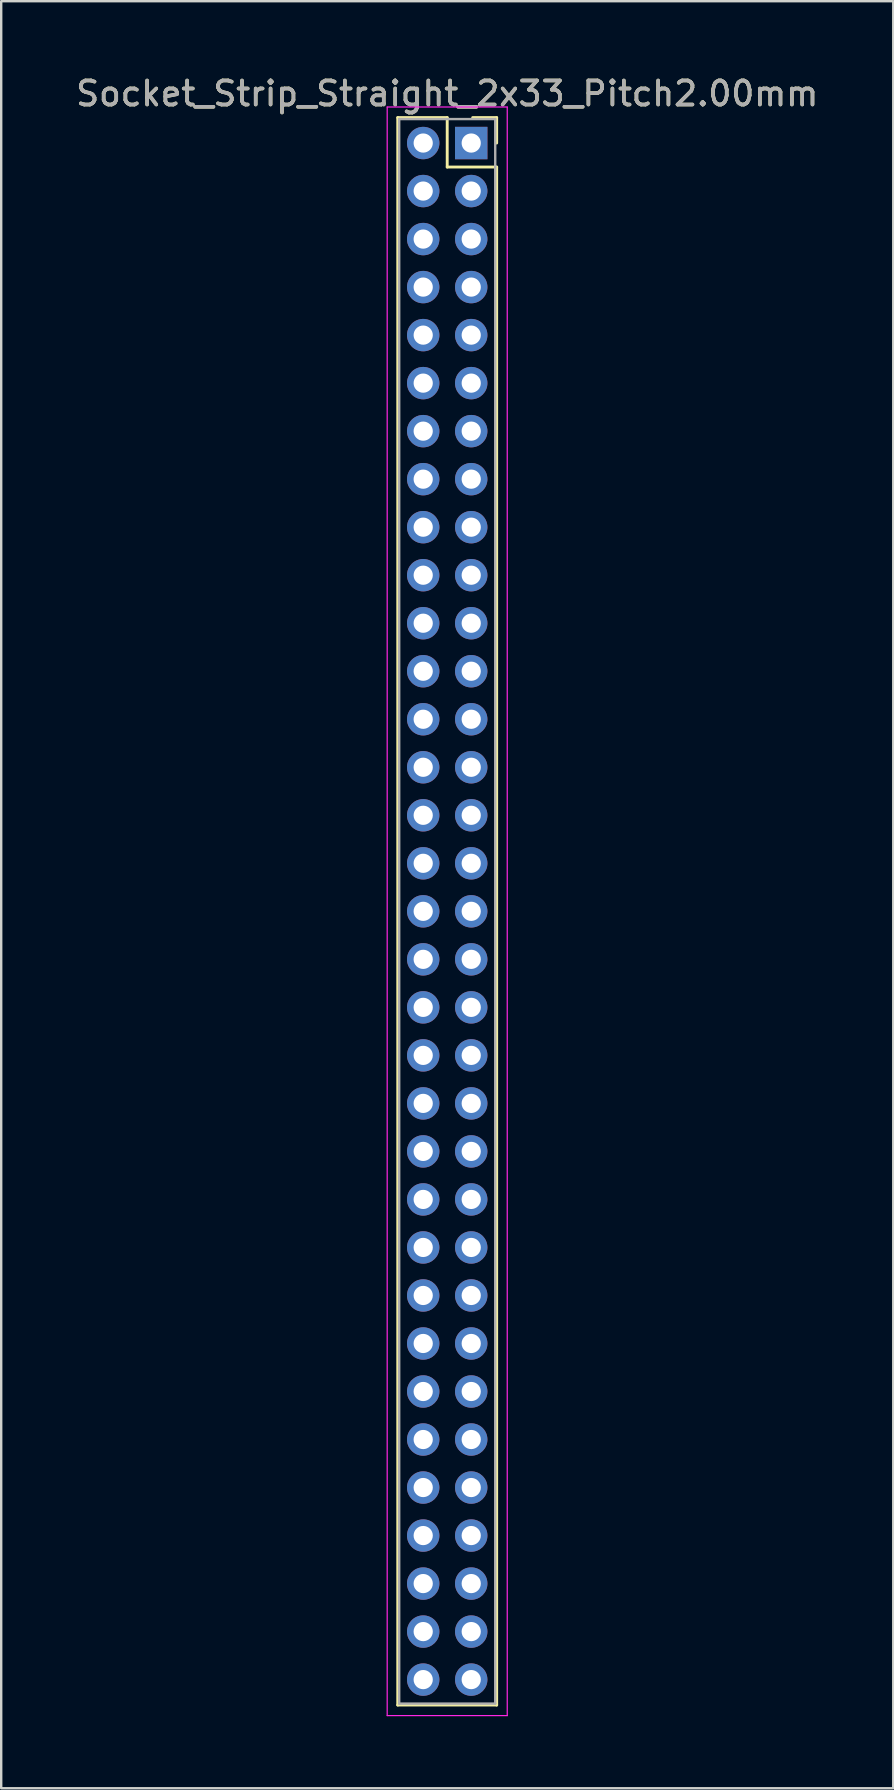
<source format=kicad_pcb>
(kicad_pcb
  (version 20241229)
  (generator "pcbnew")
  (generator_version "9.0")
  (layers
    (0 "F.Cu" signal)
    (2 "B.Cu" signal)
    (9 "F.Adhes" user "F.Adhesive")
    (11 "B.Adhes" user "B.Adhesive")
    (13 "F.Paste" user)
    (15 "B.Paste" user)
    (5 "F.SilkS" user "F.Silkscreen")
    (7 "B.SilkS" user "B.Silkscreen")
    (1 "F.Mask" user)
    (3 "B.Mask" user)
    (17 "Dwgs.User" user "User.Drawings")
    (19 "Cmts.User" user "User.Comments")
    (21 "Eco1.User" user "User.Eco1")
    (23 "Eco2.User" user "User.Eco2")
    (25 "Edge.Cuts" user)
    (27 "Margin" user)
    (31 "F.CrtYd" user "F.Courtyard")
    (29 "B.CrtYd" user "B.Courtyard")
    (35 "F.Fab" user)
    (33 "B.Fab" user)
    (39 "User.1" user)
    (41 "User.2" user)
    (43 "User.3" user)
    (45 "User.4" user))
  (footprint "Socket_Strip_Straight_2x33_Pitch2.00mm"
    (layer "F.Cu")
    (at 16.577 2.908)
    (property "Reference" "Socket_Strip_Straight_2x33_Pitch2.00mm" (at -1 -2.06 0) (layer "F.SilkS") (effects (font (size 1 1) (thickness 0.15))))
    (attr through_hole)
    (fp_line (start -3.06 -1.06) (end -1 -1.06) (stroke (width 0.12) (type solid)) (layer "F.SilkS"))
    (fp_line (start -3.06 65.06) (end -3.06 -1.06) (stroke (width 0.12) (type solid)) (layer "F.SilkS"))
    (fp_line (start -1 -1.06) (end -1 1) (stroke (width 0.12) (type solid)) (layer "F.SilkS"))
    (fp_line (start -1 1) (end 1.06 1) (stroke (width 0.12) (type solid)) (layer "F.SilkS"))
    (fp_line (start 1.06 -1.06) (end 0.06 -1.06) (stroke (width 0.12) (type solid)) (layer "F.SilkS"))
    (fp_line (start 1.06 0) (end 1.06 -1.06) (stroke (width 0.12) (type solid)) (layer "F.SilkS"))
    (fp_line (start 1.06 1) (end 1.06 65.06) (stroke (width 0.12) (type solid)) (layer "F.SilkS"))
    (fp_line (start 1.06 65.06) (end -3.06 65.06) (stroke (width 0.12) (type solid)) (layer "F.SilkS"))
    (fp_line (start -3.5 -1.5) (end -3.5 65.5) (stroke (width 0.05) (type solid)) (layer "F.CrtYd"))
    (fp_line (start -3.5 65.5) (end 1.5 65.5) (stroke (width 0.05) (type solid)) (layer "F.CrtYd"))
    (fp_line (start 1.5 -1.5) (end -3.5 -1.5) (stroke (width 0.05) (type solid)) (layer "F.CrtYd"))
    (fp_line (start 1.5 65.5) (end 1.5 -1.5) (stroke (width 0.05) (type solid)) (layer "F.CrtYd"))
    (fp_line (start -3 -1) (end -3 65) (stroke (width 0.1) (type solid)) (layer "F.Fab"))
    (fp_line (start -3 65) (end 1 65) (stroke (width 0.1) (type solid)) (layer "F.Fab"))
    (fp_line (start 1 -1) (end -3 -1) (stroke (width 0.1) (type solid)) (layer "F.Fab"))
    (fp_line (start 1 65) (end 1 -1) (stroke (width 0.1) (type solid)) (layer "F.Fab"))
    (fp_text user "${REFERENCE}" (at -1 -2.06 0) (layer "F.Fab") (effects (font (size 1 1) (thickness 0.15))))
    (pad "1" thru_hole rect (at 0 0) (size 1.35 1.35) (drill 0.8) (layers "*.Cu" "*.Mask"))
    (pad "2" thru_hole oval (at -2 0) (size 1.35 1.35) (drill 0.8) (layers "*.Cu" "*.Mask"))
    (pad "3" thru_hole oval (at 0 2) (size 1.35 1.35) (drill 0.8) (layers "*.Cu" "*.Mask"))
    (pad "4" thru_hole oval (at -2 2) (size 1.35 1.35) (drill 0.8) (layers "*.Cu" "*.Mask"))
    (pad "5" thru_hole oval (at 0 4) (size 1.35 1.35) (drill 0.8) (layers "*.Cu" "*.Mask"))
    (pad "6" thru_hole oval (at -2 4) (size 1.35 1.35) (drill 0.8) (layers "*.Cu" "*.Mask"))
    (pad "7" thru_hole oval (at 0 6) (size 1.35 1.35) (drill 0.8) (layers "*.Cu" "*.Mask"))
    (pad "8" thru_hole oval (at -2 6) (size 1.35 1.35) (drill 0.8) (layers "*.Cu" "*.Mask"))
    (pad "9" thru_hole oval (at 0 8) (size 1.35 1.35) (drill 0.8) (layers "*.Cu" "*.Mask"))
    (pad "10" thru_hole oval (at -2 8) (size 1.35 1.35) (drill 0.8) (layers "*.Cu" "*.Mask"))
    (pad "11" thru_hole oval (at 0 10) (size 1.35 1.35) (drill 0.8) (layers "*.Cu" "*.Mask"))
    (pad "12" thru_hole oval (at -2 10) (size 1.35 1.35) (drill 0.8) (layers "*.Cu" "*.Mask"))
    (pad "13" thru_hole oval (at 0 12) (size 1.35 1.35) (drill 0.8) (layers "*.Cu" "*.Mask"))
    (pad "14" thru_hole oval (at -2 12) (size 1.35 1.35) (drill 0.8) (layers "*.Cu" "*.Mask"))
    (pad "15" thru_hole oval (at 0 14) (size 1.35 1.35) (drill 0.8) (layers "*.Cu" "*.Mask"))
    (pad "16" thru_hole oval (at -2 14) (size 1.35 1.35) (drill 0.8) (layers "*.Cu" "*.Mask"))
    (pad "17" thru_hole oval (at 0 16) (size 1.35 1.35) (drill 0.8) (layers "*.Cu" "*.Mask"))
    (pad "18" thru_hole oval (at -2 16) (size 1.35 1.35) (drill 0.8) (layers "*.Cu" "*.Mask"))
    (pad "19" thru_hole oval (at 0 18) (size 1.35 1.35) (drill 0.8) (layers "*.Cu" "*.Mask"))
    (pad "20" thru_hole oval (at -2 18) (size 1.35 1.35) (drill 0.8) (layers "*.Cu" "*.Mask"))
    (pad "21" thru_hole oval (at 0 20) (size 1.35 1.35) (drill 0.8) (layers "*.Cu" "*.Mask"))
    (pad "22" thru_hole oval (at -2 20) (size 1.35 1.35) (drill 0.8) (layers "*.Cu" "*.Mask"))
    (pad "23" thru_hole oval (at 0 22) (size 1.35 1.35) (drill 0.8) (layers "*.Cu" "*.Mask"))
    (pad "24" thru_hole oval (at -2 22) (size 1.35 1.35) (drill 0.8) (layers "*.Cu" "*.Mask"))
    (pad "25" thru_hole oval (at 0 24) (size 1.35 1.35) (drill 0.8) (layers "*.Cu" "*.Mask"))
    (pad "26" thru_hole oval (at -2 24) (size 1.35 1.35) (drill 0.8) (layers "*.Cu" "*.Mask"))
    (pad "27" thru_hole oval (at 0 26) (size 1.35 1.35) (drill 0.8) (layers "*.Cu" "*.Mask"))
    (pad "28" thru_hole oval (at -2 26) (size 1.35 1.35) (drill 0.8) (layers "*.Cu" "*.Mask"))
    (pad "29" thru_hole oval (at 0 28) (size 1.35 1.35) (drill 0.8) (layers "*.Cu" "*.Mask"))
    (pad "30" thru_hole oval (at -2 28) (size 1.35 1.35) (drill 0.8) (layers "*.Cu" "*.Mask"))
    (pad "31" thru_hole oval (at 0 30) (size 1.35 1.35) (drill 0.8) (layers "*.Cu" "*.Mask"))
    (pad "32" thru_hole oval (at -2 30) (size 1.35 1.35) (drill 0.8) (layers "*.Cu" "*.Mask"))
    (pad "33" thru_hole oval (at 0 32) (size 1.35 1.35) (drill 0.8) (layers "*.Cu" "*.Mask"))
    (pad "34" thru_hole oval (at -2 32) (size 1.35 1.35) (drill 0.8) (layers "*.Cu" "*.Mask"))
    (pad "35" thru_hole oval (at 0 34) (size 1.35 1.35) (drill 0.8) (layers "*.Cu" "*.Mask"))
    (pad "36" thru_hole oval (at -2 34) (size 1.35 1.35) (drill 0.8) (layers "*.Cu" "*.Mask"))
    (pad "37" thru_hole oval (at 0 36) (size 1.35 1.35) (drill 0.8) (layers "*.Cu" "*.Mask"))
    (pad "38" thru_hole oval (at -2 36) (size 1.35 1.35) (drill 0.8) (layers "*.Cu" "*.Mask"))
    (pad "39" thru_hole oval (at 0 38) (size 1.35 1.35) (drill 0.8) (layers "*.Cu" "*.Mask"))
    (pad "40" thru_hole oval (at -2 38) (size 1.35 1.35) (drill 0.8) (layers "*.Cu" "*.Mask"))
    (pad "41" thru_hole oval (at 0 40) (size 1.35 1.35) (drill 0.8) (layers "*.Cu" "*.Mask"))
    (pad "42" thru_hole oval (at -2 40) (size 1.35 1.35) (drill 0.8) (layers "*.Cu" "*.Mask"))
    (pad "43" thru_hole oval (at 0 42) (size 1.35 1.35) (drill 0.8) (layers "*.Cu" "*.Mask"))
    (pad "44" thru_hole oval (at -2 42) (size 1.35 1.35) (drill 0.8) (layers "*.Cu" "*.Mask"))
    (pad "45" thru_hole oval (at 0 44) (size 1.35 1.35) (drill 0.8) (layers "*.Cu" "*.Mask"))
    (pad "46" thru_hole oval (at -2 44) (size 1.35 1.35) (drill 0.8) (layers "*.Cu" "*.Mask"))
    (pad "47" thru_hole oval (at 0 46) (size 1.35 1.35) (drill 0.8) (layers "*.Cu" "*.Mask"))
    (pad "48" thru_hole oval (at -2 46) (size 1.35 1.35) (drill 0.8) (layers "*.Cu" "*.Mask"))
    (pad "49" thru_hole oval (at 0 48) (size 1.35 1.35) (drill 0.8) (layers "*.Cu" "*.Mask"))
    (pad "50" thru_hole oval (at -2 48) (size 1.35 1.35) (drill 0.8) (layers "*.Cu" "*.Mask"))
    (pad "51" thru_hole oval (at 0 50) (size 1.35 1.35) (drill 0.8) (layers "*.Cu" "*.Mask"))
    (pad "52" thru_hole oval (at -2 50) (size 1.35 1.35) (drill 0.8) (layers "*.Cu" "*.Mask"))
    (pad "53" thru_hole oval (at 0 52) (size 1.35 1.35) (drill 0.8) (layers "*.Cu" "*.Mask"))
    (pad "54" thru_hole oval (at -2 52) (size 1.35 1.35) (drill 0.8) (layers "*.Cu" "*.Mask"))
    (pad "55" thru_hole oval (at 0 54) (size 1.35 1.35) (drill 0.8) (layers "*.Cu" "*.Mask"))
    (pad "56" thru_hole oval (at -2 54) (size 1.35 1.35) (drill 0.8) (layers "*.Cu" "*.Mask"))
    (pad "57" thru_hole oval (at 0 56) (size 1.35 1.35) (drill 0.8) (layers "*.Cu" "*.Mask"))
    (pad "58" thru_hole oval (at -2 56) (size 1.35 1.35) (drill 0.8) (layers "*.Cu" "*.Mask"))
    (pad "59" thru_hole oval (at 0 58) (size 1.35 1.35) (drill 0.8) (layers "*.Cu" "*.Mask"))
    (pad "60" thru_hole oval (at -2 58) (size 1.35 1.35) (drill 0.8) (layers "*.Cu" "*.Mask"))
    (pad "61" thru_hole oval (at 0 60) (size 1.35 1.35) (drill 0.8) (layers "*.Cu" "*.Mask"))
    (pad "62" thru_hole oval (at -2 60) (size 1.35 1.35) (drill 0.8) (layers "*.Cu" "*.Mask"))
    (pad "63" thru_hole oval (at 0 62) (size 1.35 1.35) (drill 0.8) (layers "*.Cu" "*.Mask"))
    (pad "64" thru_hole oval (at -2 62) (size 1.35 1.35) (drill 0.8) (layers "*.Cu" "*.Mask"))
    (pad "65" thru_hole oval (at 0 64) (size 1.35 1.35) (drill 0.8) (layers "*.Cu" "*.Mask"))
    (pad "66" thru_hole oval (at -2 64) (size 1.35 1.35) (drill 0.8) (layers "*.Cu" "*.Mask")))
  (gr_rect
    (start -3 -3)
    (end 34.155 71.433)
    (stroke (width 0.1) (type default))
    (fill no)
    (layer "Edge.Cuts")))
</source>
